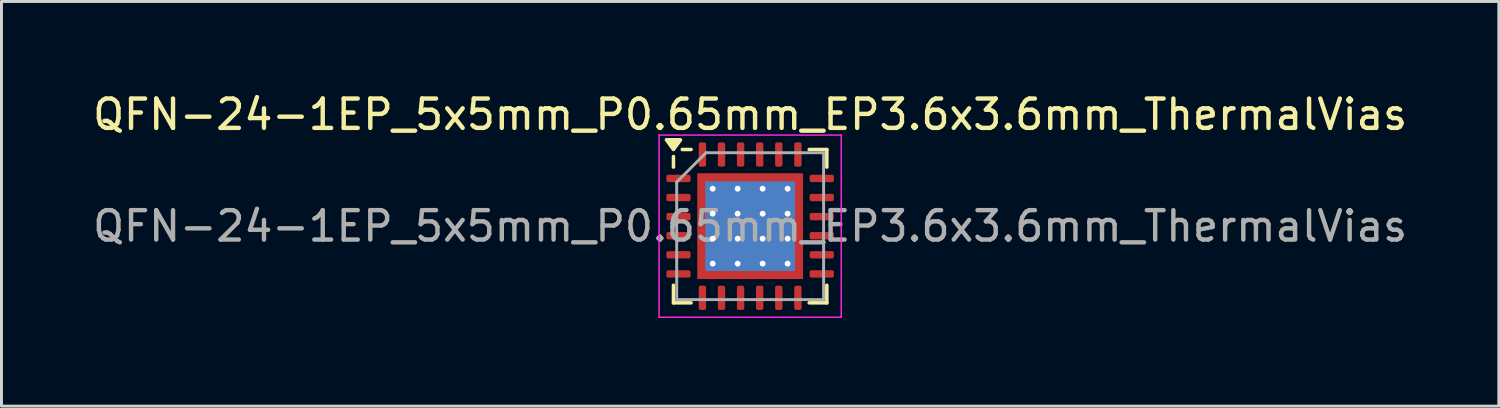
<source format=kicad_pcb>
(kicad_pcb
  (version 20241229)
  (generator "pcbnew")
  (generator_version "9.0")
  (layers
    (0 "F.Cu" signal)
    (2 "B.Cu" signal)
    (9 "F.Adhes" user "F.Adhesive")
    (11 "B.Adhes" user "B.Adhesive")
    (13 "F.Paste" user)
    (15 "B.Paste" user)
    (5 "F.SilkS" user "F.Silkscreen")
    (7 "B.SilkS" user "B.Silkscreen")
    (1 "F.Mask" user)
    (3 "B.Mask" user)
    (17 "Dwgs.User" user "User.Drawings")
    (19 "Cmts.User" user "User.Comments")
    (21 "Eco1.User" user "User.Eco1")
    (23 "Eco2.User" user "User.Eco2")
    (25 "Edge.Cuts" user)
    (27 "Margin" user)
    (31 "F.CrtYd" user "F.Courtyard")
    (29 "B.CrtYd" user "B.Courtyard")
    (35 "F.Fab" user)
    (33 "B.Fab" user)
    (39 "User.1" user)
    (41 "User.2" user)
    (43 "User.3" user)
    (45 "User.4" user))
  (footprint "QFN-24-1EP_5x5mm_P0.65mm_EP3.6x3.6mm_ThermalVias"
    (layer "F.Cu")
    (at 22.482 4.648)
    (property "Reference" "QFN-24-1EP_5x5mm_P0.65mm_EP3.6x3.6mm_ThermalVias" (at 0 -3.8 0) (layer "F.SilkS") (effects (font (size 1 1) (thickness 0.15))))
    (attr smd)
    (fp_line (start -2.61 -2.01) (end -2.61 -2.37) (stroke (width 0.12) (type solid)) (layer "F.SilkS"))
    (fp_line (start -2.61 2.61) (end -2.61 2.01) (stroke (width 0.12) (type solid)) (layer "F.SilkS"))
    (fp_line (start -2.01 -2.61) (end -2.31 -2.61) (stroke (width 0.12) (type solid)) (layer "F.SilkS"))
    (fp_line (start -2.01 2.61) (end -2.61 2.61) (stroke (width 0.12) (type solid)) (layer "F.SilkS"))
    (fp_line (start 2.01 -2.61) (end 2.61 -2.61) (stroke (width 0.12) (type solid)) (layer "F.SilkS"))
    (fp_line (start 2.01 2.61) (end 2.61 2.61) (stroke (width 0.12) (type solid)) (layer "F.SilkS"))
    (fp_line (start 2.61 -2.61) (end 2.61 -2.01) (stroke (width 0.12) (type solid)) (layer "F.SilkS"))
    (fp_line (start 2.61 2.61) (end 2.61 2.01) (stroke (width 0.12) (type solid)) (layer "F.SilkS"))
    (fp_poly (pts (xy -2.61 -2.61) (xy -2.85 -2.94) (xy -2.37 -2.94) (xy -2.61 -2.61)) (stroke (width 0.12) (type solid)) (fill yes) (layer "F.SilkS"))
    (fp_line (start -3.1 -3.1) (end -3.1 3.1) (stroke (width 0.05) (type solid)) (layer "F.CrtYd"))
    (fp_line (start -3.1 3.1) (end 3.1 3.1) (stroke (width 0.05) (type solid)) (layer "F.CrtYd"))
    (fp_line (start 3.1 -3.1) (end -3.1 -3.1) (stroke (width 0.05) (type solid)) (layer "F.CrtYd"))
    (fp_line (start 3.1 3.1) (end 3.1 -3.1) (stroke (width 0.05) (type solid)) (layer "F.CrtYd"))
    (fp_line (start -2.5 -1.5) (end -1.5 -2.5) (stroke (width 0.1) (type solid)) (layer "F.Fab"))
    (fp_line (start -2.5 2.5) (end -2.5 -1.5) (stroke (width 0.1) (type solid)) (layer "F.Fab"))
    (fp_line (start -1.5 -2.5) (end 2.5 -2.5) (stroke (width 0.1) (type solid)) (layer "F.Fab"))
    (fp_line (start 2.5 -2.5) (end 2.5 2.5) (stroke (width 0.1) (type solid)) (layer "F.Fab"))
    (fp_line (start 2.5 2.5) (end -2.5 2.5) (stroke (width 0.1) (type solid)) (layer "F.Fab"))
    (fp_text user "${REFERENCE}" (at 0 0 0) (layer "F.Fab") (effects (font (size 1 1) (thickness 0.15))))
    (pad "" smd custom (at -1.538 -1.538) (size 0.295 0.295) (layers "F.Paste") (options (anchor circle)) (primitives (gr_poly (pts (xy -0.106 -0.106) (xy 0.106 -0.106) (xy 0.106 -0.013) (xy -0.013 0.106) (xy -0.106 0.106)) (width 0.212) (fill yes))))
    (pad "" smd custom (at -1.538 -0.85) (size 0.317 0.317) (layers "F.Paste") (options (anchor circle)) (primitives (gr_poly (pts (xy -0.106 -0.237) (xy 0.018 -0.237) (xy 0.106 -0.149) (xy 0.106 0.149) (xy 0.018 0.237) (xy -0.106 0.237)) (width 0.212) (fill yes))))
    (pad "" smd custom (at -1.538 0) (size 0.317 0.317) (layers "F.Paste") (options (anchor circle)) (primitives (gr_poly (pts (xy -0.106 -0.237) (xy 0.018 -0.237) (xy 0.106 -0.149) (xy 0.106 0.149) (xy 0.018 0.237) (xy -0.106 0.237)) (width 0.212) (fill yes))))
    (pad "" smd custom (at -1.538 0.85) (size 0.317 0.317) (layers "F.Paste") (options (anchor circle)) (primitives (gr_poly (pts (xy -0.106 -0.237) (xy 0.018 -0.237) (xy 0.106 -0.149) (xy 0.106 0.149) (xy 0.018 0.237) (xy -0.106 0.237)) (width 0.212) (fill yes))))
    (pad "" smd custom (at -1.538 1.538) (size 0.295 0.295) (layers "F.Paste") (options (anchor circle)) (primitives (gr_poly (pts (xy -0.106 -0.106) (xy -0.013 -0.106) (xy 0.106 0.013) (xy 0.106 0.106) (xy -0.106 0.106)) (width 0.212) (fill yes))))
    (pad "" smd custom (at -0.85 -1.538) (size 0.317 0.317) (layers "F.Paste") (options (anchor circle)) (primitives (gr_poly (pts (xy -0.237 -0.106) (xy 0.237 -0.106) (xy 0.237 0.018) (xy 0.149 0.106) (xy -0.149 0.106) (xy -0.237 0.018)) (width 0.212) (fill yes))))
    (pad "" smd custom (at -0.85 -0.85) (size 0.602 0.602) (layers "F.Paste") (options (anchor circle)) (primitives (gr_poly (pts (xy -0.259 -0.19) (xy -0.19 -0.259) (xy 0.19 -0.259) (xy 0.259 -0.19) (xy 0.259 0.19) (xy 0.19 0.259) (xy -0.19 0.259) (xy -0.259 0.19)) (width 0.167) (fill yes))))
    (pad "" smd custom (at -0.85 0) (size 0.602 0.602) (layers "F.Paste") (options (anchor circle)) (primitives (gr_poly (pts (xy -0.259 -0.19) (xy -0.19 -0.259) (xy 0.19 -0.259) (xy 0.259 -0.19) (xy 0.259 0.19) (xy 0.19 0.259) (xy -0.19 0.259) (xy -0.259 0.19)) (width 0.167) (fill yes))))
    (pad "" smd custom (at -0.85 0.85) (size 0.602 0.602) (layers "F.Paste") (options (anchor circle)) (primitives (gr_poly (pts (xy -0.259 -0.19) (xy -0.19 -0.259) (xy 0.19 -0.259) (xy 0.259 -0.19) (xy 0.259 0.19) (xy 0.19 0.259) (xy -0.19 0.259) (xy -0.259 0.19)) (width 0.167) (fill yes))))
    (pad "" smd custom (at -0.85 1.538) (size 0.317 0.317) (layers "F.Paste") (options (anchor circle)) (primitives (gr_poly (pts (xy -0.237 -0.018) (xy -0.149 -0.106) (xy 0.149 -0.106) (xy 0.237 -0.018) (xy 0.237 0.106) (xy -0.237 0.106)) (width 0.212) (fill yes))))
    (pad "" smd custom (at 0 -1.538) (size 0.317 0.317) (layers "F.Paste") (options (anchor circle)) (primitives (gr_poly (pts (xy -0.237 -0.106) (xy 0.237 -0.106) (xy 0.237 0.018) (xy 0.149 0.106) (xy -0.149 0.106) (xy -0.237 0.018)) (width 0.212) (fill yes))))
    (pad "" smd custom (at 0 -0.85) (size 0.602 0.602) (layers "F.Paste") (options (anchor circle)) (primitives (gr_poly (pts (xy -0.259 -0.19) (xy -0.19 -0.259) (xy 0.19 -0.259) (xy 0.259 -0.19) (xy 0.259 0.19) (xy 0.19 0.259) (xy -0.19 0.259) (xy -0.259 0.19)) (width 0.167) (fill yes))))
    (pad "" smd custom (at 0 0) (size 0.602 0.602) (layers "F.Paste") (options (anchor circle)) (primitives (gr_poly (pts (xy -0.259 -0.19) (xy -0.19 -0.259) (xy 0.19 -0.259) (xy 0.259 -0.19) (xy 0.259 0.19) (xy 0.19 0.259) (xy -0.19 0.259) (xy -0.259 0.19)) (width 0.167) (fill yes))))
    (pad "" smd custom (at 0 0.85) (size 0.602 0.602) (layers "F.Paste") (options (anchor circle)) (primitives (gr_poly (pts (xy -0.259 -0.19) (xy -0.19 -0.259) (xy 0.19 -0.259) (xy 0.259 -0.19) (xy 0.259 0.19) (xy 0.19 0.259) (xy -0.19 0.259) (xy -0.259 0.19)) (width 0.167) (fill yes))))
    (pad "" smd custom (at 0 1.538) (size 0.317 0.317) (layers "F.Paste") (options (anchor circle)) (primitives (gr_poly (pts (xy -0.237 -0.018) (xy -0.149 -0.106) (xy 0.149 -0.106) (xy 0.237 -0.018) (xy 0.237 0.106) (xy -0.237 0.106)) (width 0.212) (fill yes))))
    (pad "" smd custom (at 0.85 -1.538) (size 0.317 0.317) (layers "F.Paste") (options (anchor circle)) (primitives (gr_poly (pts (xy -0.237 -0.106) (xy 0.237 -0.106) (xy 0.237 0.018) (xy 0.149 0.106) (xy -0.149 0.106) (xy -0.237 0.018)) (width 0.212) (fill yes))))
    (pad "" smd custom (at 0.85 -0.85) (size 0.602 0.602) (layers "F.Paste") (options (anchor circle)) (primitives (gr_poly (pts (xy -0.259 -0.19) (xy -0.19 -0.259) (xy 0.19 -0.259) (xy 0.259 -0.19) (xy 0.259 0.19) (xy 0.19 0.259) (xy -0.19 0.259) (xy -0.259 0.19)) (width 0.167) (fill yes))))
    (pad "" smd custom (at 0.85 0) (size 0.602 0.602) (layers "F.Paste") (options (anchor circle)) (primitives (gr_poly (pts (xy -0.259 -0.19) (xy -0.19 -0.259) (xy 0.19 -0.259) (xy 0.259 -0.19) (xy 0.259 0.19) (xy 0.19 0.259) (xy -0.19 0.259) (xy -0.259 0.19)) (width 0.167) (fill yes))))
    (pad "" smd custom (at 0.85 0.85) (size 0.602 0.602) (layers "F.Paste") (options (anchor circle)) (primitives (gr_poly (pts (xy -0.259 -0.19) (xy -0.19 -0.259) (xy 0.19 -0.259) (xy 0.259 -0.19) (xy 0.259 0.19) (xy 0.19 0.259) (xy -0.19 0.259) (xy -0.259 0.19)) (width 0.167) (fill yes))))
    (pad "" smd custom (at 0.85 1.538) (size 0.317 0.317) (layers "F.Paste") (options (anchor circle)) (primitives (gr_poly (pts (xy -0.237 -0.018) (xy -0.149 -0.106) (xy 0.149 -0.106) (xy 0.237 -0.018) (xy 0.237 0.106) (xy -0.237 0.106)) (width 0.212) (fill yes))))
    (pad "" smd custom (at 1.538 -1.538) (size 0.295 0.295) (layers "F.Paste") (options (anchor circle)) (primitives (gr_poly (pts (xy -0.106 -0.106) (xy 0.106 -0.106) (xy 0.106 0.106) (xy 0.013 0.106) (xy -0.106 -0.013)) (width 0.212) (fill yes))))
    (pad "" smd custom (at 1.538 -0.85) (size 0.317 0.317) (layers "F.Paste") (options (anchor circle)) (primitives (gr_poly (pts (xy -0.106 -0.149) (xy -0.018 -0.237) (xy 0.106 -0.237) (xy 0.106 0.237) (xy -0.018 0.237) (xy -0.106 0.149)) (width 0.212) (fill yes))))
    (pad "" smd custom (at 1.538 0) (size 0.317 0.317) (layers "F.Paste") (options (anchor circle)) (primitives (gr_poly (pts (xy -0.106 -0.149) (xy -0.018 -0.237) (xy 0.106 -0.237) (xy 0.106 0.237) (xy -0.018 0.237) (xy -0.106 0.149)) (width 0.212) (fill yes))))
    (pad "" smd custom (at 1.538 0.85) (size 0.317 0.317) (layers "F.Paste") (options (anchor circle)) (primitives (gr_poly (pts (xy -0.106 -0.149) (xy -0.018 -0.237) (xy 0.106 -0.237) (xy 0.106 0.237) (xy -0.018 0.237) (xy -0.106 0.149)) (width 0.212) (fill yes))))
    (pad "" smd custom (at 1.538 1.538) (size 0.295 0.295) (layers "F.Paste") (options (anchor circle)) (primitives (gr_poly (pts (xy -0.106 0.013) (xy 0.013 -0.106) (xy 0.106 -0.106) (xy 0.106 0.106) (xy -0.106 0.106)) (width 0.212) (fill yes))))
    (pad "1" smd roundrect (at -2.438 -1.625) (size 0.825 0.25) (layers "F.Cu" "F.Mask" "F.Paste") (roundrect_rratio 0.25))
    (pad "2" smd roundrect (at -2.438 -0.975) (size 0.825 0.25) (layers "F.Cu" "F.Mask" "F.Paste") (roundrect_rratio 0.25))
    (pad "3" smd roundrect (at -2.438 -0.325) (size 0.825 0.25) (layers "F.Cu" "F.Mask" "F.Paste") (roundrect_rratio 0.25))
    (pad "4" smd roundrect (at -2.438 0.325) (size 0.825 0.25) (layers "F.Cu" "F.Mask" "F.Paste") (roundrect_rratio 0.25))
    (pad "5" smd roundrect (at -2.438 0.975) (size 0.825 0.25) (layers "F.Cu" "F.Mask" "F.Paste") (roundrect_rratio 0.25))
    (pad "6" smd roundrect (at -2.438 1.625) (size 0.825 0.25) (layers "F.Cu" "F.Mask" "F.Paste") (roundrect_rratio 0.25))
    (pad "7" smd roundrect (at -1.625 2.438) (size 0.25 0.825) (layers "F.Cu" "F.Mask" "F.Paste") (roundrect_rratio 0.25))
    (pad "8" smd roundrect (at -0.975 2.438) (size 0.25 0.825) (layers "F.Cu" "F.Mask" "F.Paste") (roundrect_rratio 0.25))
    (pad "9" smd roundrect (at -0.325 2.438) (size 0.25 0.825) (layers "F.Cu" "F.Mask" "F.Paste") (roundrect_rratio 0.25))
    (pad "10" smd roundrect (at 0.325 2.438) (size 0.25 0.825) (layers "F.Cu" "F.Mask" "F.Paste") (roundrect_rratio 0.25))
    (pad "11" smd roundrect (at 0.975 2.438) (size 0.25 0.825) (layers "F.Cu" "F.Mask" "F.Paste") (roundrect_rratio 0.25))
    (pad "12" smd roundrect (at 1.625 2.438) (size 0.25 0.825) (layers "F.Cu" "F.Mask" "F.Paste") (roundrect_rratio 0.25))
    (pad "13" smd roundrect (at 2.438 1.625) (size 0.825 0.25) (layers "F.Cu" "F.Mask" "F.Paste") (roundrect_rratio 0.25))
    (pad "14" smd roundrect (at 2.438 0.975) (size 0.825 0.25) (layers "F.Cu" "F.Mask" "F.Paste") (roundrect_rratio 0.25))
    (pad "15" smd roundrect (at 2.438 0.325) (size 0.825 0.25) (layers "F.Cu" "F.Mask" "F.Paste") (roundrect_rratio 0.25))
    (pad "16" smd roundrect (at 2.438 -0.325) (size 0.825 0.25) (layers "F.Cu" "F.Mask" "F.Paste") (roundrect_rratio 0.25))
    (pad "17" smd roundrect (at 2.438 -0.975) (size 0.825 0.25) (layers "F.Cu" "F.Mask" "F.Paste") (roundrect_rratio 0.25))
    (pad "18" smd roundrect (at 2.438 -1.625) (size 0.825 0.25) (layers "F.Cu" "F.Mask" "F.Paste") (roundrect_rratio 0.25))
    (pad "19" smd roundrect (at 1.625 -2.438) (size 0.25 0.825) (layers "F.Cu" "F.Mask" "F.Paste") (roundrect_rratio 0.25))
    (pad "20" smd roundrect (at 0.975 -2.438) (size 0.25 0.825) (layers "F.Cu" "F.Mask" "F.Paste") (roundrect_rratio 0.25))
    (pad "21" smd roundrect (at 0.325 -2.438) (size 0.25 0.825) (layers "F.Cu" "F.Mask" "F.Paste") (roundrect_rratio 0.25))
    (pad "22" smd roundrect (at -0.325 -2.438) (size 0.25 0.825) (layers "F.Cu" "F.Mask" "F.Paste") (roundrect_rratio 0.25))
    (pad "23" smd roundrect (at -0.975 -2.438) (size 0.25 0.825) (layers "F.Cu" "F.Mask" "F.Paste") (roundrect_rratio 0.25))
    (pad "24" smd roundrect (at -1.625 -2.438) (size 0.25 0.825) (layers "F.Cu" "F.Mask" "F.Paste") (roundrect_rratio 0.25))
    (pad "25" thru_hole circle (at -1.275 -1.275) (size 0.5 0.5) (drill 0.2) (property pad_prop_heatsink) (layers "*.Cu"))
    (pad "25" thru_hole circle (at -1.275 -0.425) (size 0.5 0.5) (drill 0.2) (property pad_prop_heatsink) (layers "*.Cu"))
    (pad "25" thru_hole circle (at -1.275 0.425) (size 0.5 0.5) (drill 0.2) (property pad_prop_heatsink) (layers "*.Cu"))
    (pad "25" thru_hole circle (at -1.275 1.275) (size 0.5 0.5) (drill 0.2) (property pad_prop_heatsink) (layers "*.Cu"))
    (pad "25" thru_hole circle (at -0.425 -1.275) (size 0.5 0.5) (drill 0.2) (property pad_prop_heatsink) (layers "*.Cu"))
    (pad "25" thru_hole circle (at -0.425 -0.425) (size 0.5 0.5) (drill 0.2) (property pad_prop_heatsink) (layers "*.Cu"))
    (pad "25" thru_hole circle (at -0.425 0.425) (size 0.5 0.5) (drill 0.2) (property pad_prop_heatsink) (layers "*.Cu"))
    (pad "25" thru_hole circle (at -0.425 1.275) (size 0.5 0.5) (drill 0.2) (property pad_prop_heatsink) (layers "*.Cu"))
    (pad "25" smd rect (at 0 0) (size 3.05 3.05) (property pad_prop_heatsink) (layers "B.Cu"))
    (pad "25" smd rect (at 0 0) (size 3.6 3.6) (property pad_prop_heatsink) (layers "F.Cu" "F.Mask"))
    (pad "25" thru_hole circle (at 0.425 -1.275) (size 0.5 0.5) (drill 0.2) (property pad_prop_heatsink) (layers "*.Cu"))
    (pad "25" thru_hole circle (at 0.425 -0.425) (size 0.5 0.5) (drill 0.2) (property pad_prop_heatsink) (layers "*.Cu"))
    (pad "25" thru_hole circle (at 0.425 0.425) (size 0.5 0.5) (drill 0.2) (property pad_prop_heatsink) (layers "*.Cu"))
    (pad "25" thru_hole circle (at 0.425 1.275) (size 0.5 0.5) (drill 0.2) (property pad_prop_heatsink) (layers "*.Cu"))
    (pad "25" thru_hole circle (at 1.275 -1.275) (size 0.5 0.5) (drill 0.2) (property pad_prop_heatsink) (layers "*.Cu"))
    (pad "25" thru_hole circle (at 1.275 -0.425) (size 0.5 0.5) (drill 0.2) (property pad_prop_heatsink) (layers "*.Cu"))
    (pad "25" thru_hole circle (at 1.275 0.425) (size 0.5 0.5) (drill 0.2) (property pad_prop_heatsink) (layers "*.Cu"))
    (pad "25" thru_hole circle (at 1.275 1.275) (size 0.5 0.5) (drill 0.2) (property pad_prop_heatsink) (layers "*.Cu")))
  (gr_rect
    (start -3 -3)
    (end 47.964 10.773)
    (stroke (width 0.1) (type default))
    (fill no)
    (layer "Edge.Cuts")))
</source>
